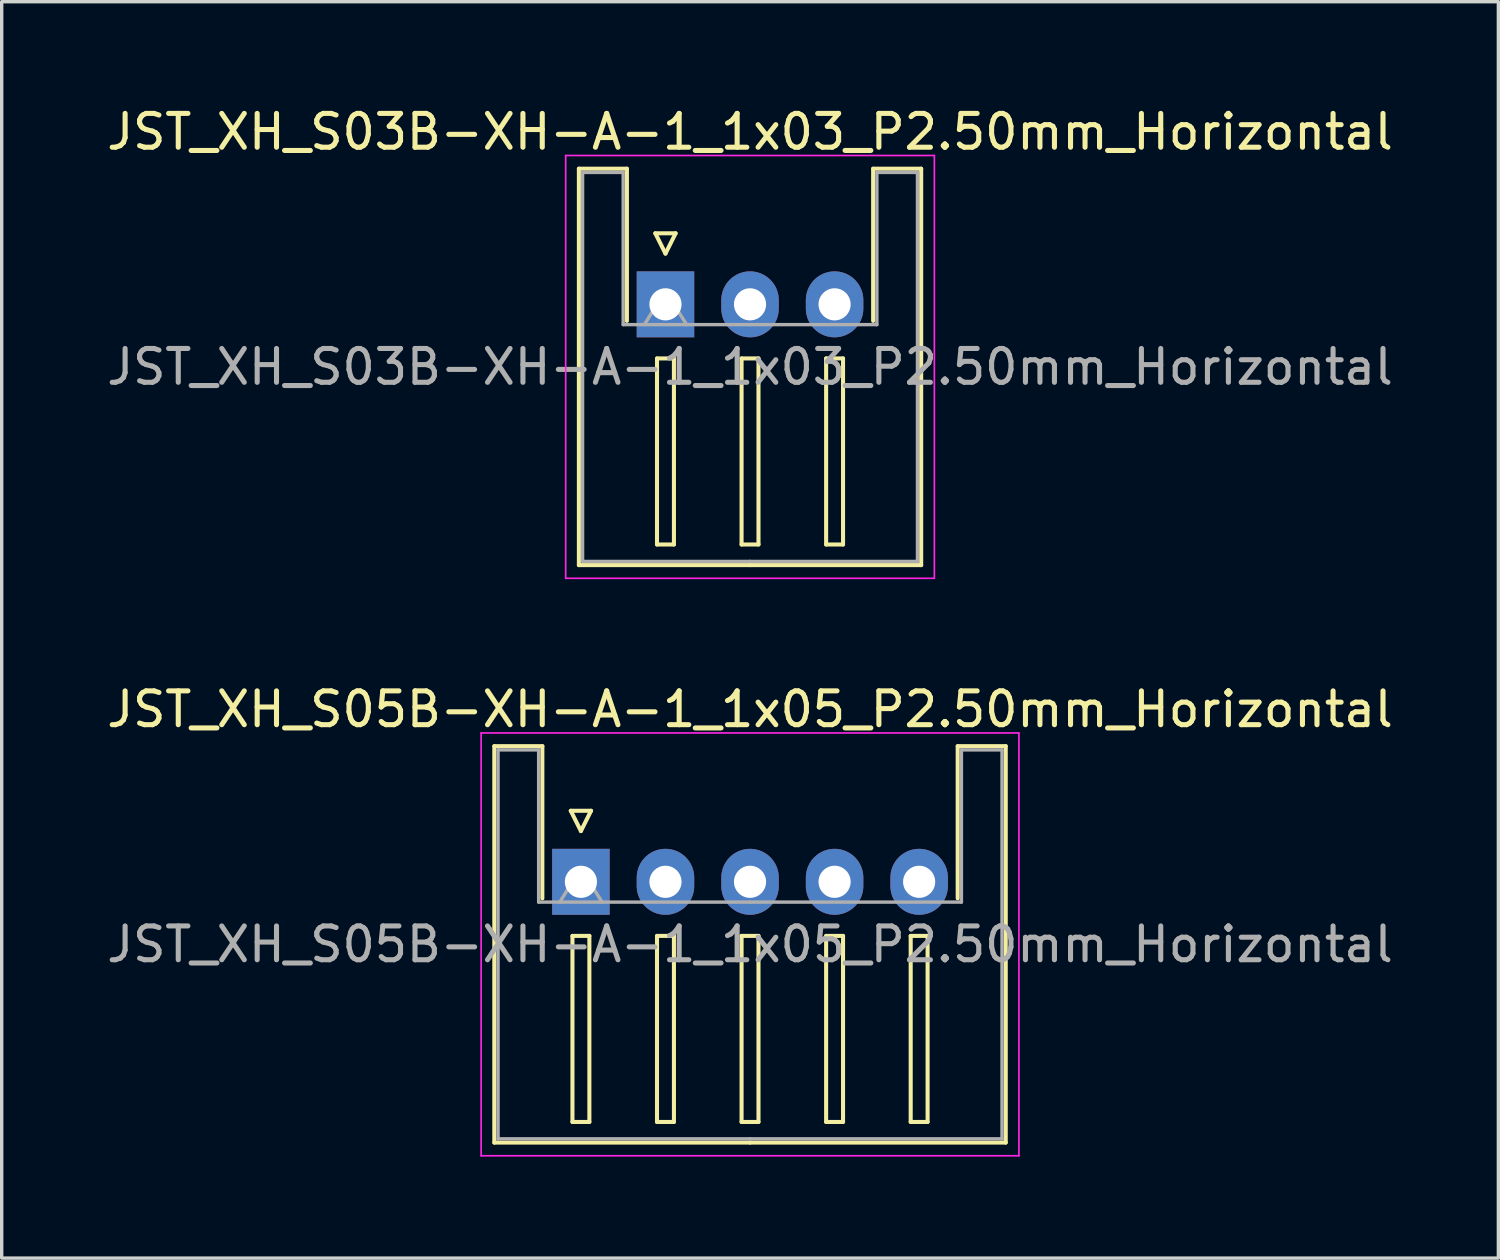
<source format=kicad_pcb>
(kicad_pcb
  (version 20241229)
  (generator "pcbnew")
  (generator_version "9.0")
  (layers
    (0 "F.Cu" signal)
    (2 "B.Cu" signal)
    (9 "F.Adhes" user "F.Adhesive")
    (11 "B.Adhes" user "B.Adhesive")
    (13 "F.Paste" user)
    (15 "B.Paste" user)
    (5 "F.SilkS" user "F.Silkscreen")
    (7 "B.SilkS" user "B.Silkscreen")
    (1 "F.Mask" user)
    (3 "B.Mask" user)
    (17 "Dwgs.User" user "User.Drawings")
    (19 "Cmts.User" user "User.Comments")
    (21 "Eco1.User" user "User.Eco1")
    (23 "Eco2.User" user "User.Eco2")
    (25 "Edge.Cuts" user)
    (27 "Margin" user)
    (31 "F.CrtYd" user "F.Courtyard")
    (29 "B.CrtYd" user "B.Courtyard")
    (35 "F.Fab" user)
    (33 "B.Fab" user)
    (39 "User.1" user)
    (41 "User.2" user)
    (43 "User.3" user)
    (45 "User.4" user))
  (footprint "JST_XH_S03B-XH-A-1_1x03_P2.50mm_Horizontal"
    (layer "F.Cu")
    (at 16.625 5.948)
    (property "Reference" "JST_XH_S03B-XH-A-1_1x03_P2.50mm_Horizontal" (at 2.5 -5.1 0) (layer "F.SilkS") (effects (font (size 1 1) (thickness 0.15))))
    (attr through_hole)
    (fp_line (start -2.56 -4.01) (end -1.14 -4.01) (stroke (width 0.12) (type solid)) (layer "F.SilkS"))
    (fp_line (start -2.56 7.71) (end -2.56 -4.01) (stroke (width 0.12) (type solid)) (layer "F.SilkS"))
    (fp_line (start -1.14 -4.01) (end -1.14 0.49) (stroke (width 0.12) (type solid)) (layer "F.SilkS"))
    (fp_line (start -0.3 -2.1) (end 0.3 -2.1) (stroke (width 0.12) (type solid)) (layer "F.SilkS"))
    (fp_line (start -0.25 1.6) (end -0.25 7.1) (stroke (width 0.12) (type solid)) (layer "F.SilkS"))
    (fp_line (start -0.25 7.1) (end 0.25 7.1) (stroke (width 0.12) (type solid)) (layer "F.SilkS"))
    (fp_line (start 0 -1.5) (end -0.3 -2.1) (stroke (width 0.12) (type solid)) (layer "F.SilkS"))
    (fp_line (start 0.25 1.6) (end -0.25 1.6) (stroke (width 0.12) (type solid)) (layer "F.SilkS"))
    (fp_line (start 0.25 7.1) (end 0.25 1.6) (stroke (width 0.12) (type solid)) (layer "F.SilkS"))
    (fp_line (start 0.3 -2.1) (end 0 -1.5) (stroke (width 0.12) (type solid)) (layer "F.SilkS"))
    (fp_line (start 2.25 1.6) (end 2.25 7.1) (stroke (width 0.12) (type solid)) (layer "F.SilkS"))
    (fp_line (start 2.25 7.1) (end 2.75 7.1) (stroke (width 0.12) (type solid)) (layer "F.SilkS"))
    (fp_line (start 2.5 7.71) (end -2.56 7.71) (stroke (width 0.12) (type solid)) (layer "F.SilkS"))
    (fp_line (start 2.5 7.71) (end 7.56 7.71) (stroke (width 0.12) (type solid)) (layer "F.SilkS"))
    (fp_line (start 2.75 1.6) (end 2.25 1.6) (stroke (width 0.12) (type solid)) (layer "F.SilkS"))
    (fp_line (start 2.75 7.1) (end 2.75 1.6) (stroke (width 0.12) (type solid)) (layer "F.SilkS"))
    (fp_line (start 4.75 1.6) (end 4.75 7.1) (stroke (width 0.12) (type solid)) (layer "F.SilkS"))
    (fp_line (start 4.75 7.1) (end 5.25 7.1) (stroke (width 0.12) (type solid)) (layer "F.SilkS"))
    (fp_line (start 5.25 1.6) (end 4.75 1.6) (stroke (width 0.12) (type solid)) (layer "F.SilkS"))
    (fp_line (start 5.25 7.1) (end 5.25 1.6) (stroke (width 0.12) (type solid)) (layer "F.SilkS"))
    (fp_line (start 6.14 -4.01) (end 6.14 0.49) (stroke (width 0.12) (type solid)) (layer "F.SilkS"))
    (fp_line (start 7.56 -4.01) (end 6.14 -4.01) (stroke (width 0.12) (type solid)) (layer "F.SilkS"))
    (fp_line (start 7.56 7.71) (end 7.56 -4.01) (stroke (width 0.12) (type solid)) (layer "F.SilkS"))
    (fp_line (start -2.95 -4.4) (end -2.95 8.1) (stroke (width 0.05) (type solid)) (layer "F.CrtYd"))
    (fp_line (start -2.95 8.1) (end 7.95 8.1) (stroke (width 0.05) (type solid)) (layer "F.CrtYd"))
    (fp_line (start 7.95 -4.4) (end -2.95 -4.4) (stroke (width 0.05) (type solid)) (layer "F.CrtYd"))
    (fp_line (start 7.95 8.1) (end 7.95 -4.4) (stroke (width 0.05) (type solid)) (layer "F.CrtYd"))
    (fp_line (start -2.45 -3.9) (end -1.25 -3.9) (stroke (width 0.1) (type solid)) (layer "F.Fab"))
    (fp_line (start -2.45 7.6) (end -2.45 -3.9) (stroke (width 0.1) (type solid)) (layer "F.Fab"))
    (fp_line (start -1.25 -3.9) (end -1.25 0.6) (stroke (width 0.1) (type solid)) (layer "F.Fab"))
    (fp_line (start -1.25 0.6) (end 2.5 0.6) (stroke (width 0.1) (type solid)) (layer "F.Fab"))
    (fp_line (start -0.625 0.6) (end 0 -0.4) (stroke (width 0.1) (type solid)) (layer "F.Fab"))
    (fp_line (start 0 -0.4) (end 0.625 0.6) (stroke (width 0.1) (type solid)) (layer "F.Fab"))
    (fp_line (start 2.5 7.6) (end -2.45 7.6) (stroke (width 0.1) (type solid)) (layer "F.Fab"))
    (fp_line (start 2.5 7.6) (end 7.45 7.6) (stroke (width 0.1) (type solid)) (layer "F.Fab"))
    (fp_line (start 6.25 -3.9) (end 6.25 0.6) (stroke (width 0.1) (type solid)) (layer "F.Fab"))
    (fp_line (start 6.25 0.6) (end 2.5 0.6) (stroke (width 0.1) (type solid)) (layer "F.Fab"))
    (fp_line (start 7.45 -3.9) (end 6.25 -3.9) (stroke (width 0.1) (type solid)) (layer "F.Fab"))
    (fp_line (start 7.45 7.6) (end 7.45 -3.9) (stroke (width 0.1) (type solid)) (layer "F.Fab"))
    (fp_text user "${REFERENCE}" (at 2.5 1.85 0) (layer "F.Fab") (effects (font (size 1 1) (thickness 0.15))))
    (pad "1" thru_hole rect (at 0 0) (size 1.7 1.95) (drill 0.95) (layers "*.Cu" "*.Mask"))
    (pad "2" thru_hole oval (at 2.5 0) (size 1.7 1.95) (drill 0.95) (layers "*.Cu" "*.Mask"))
    (pad "3" thru_hole oval (at 5 0) (size 1.7 1.95) (drill 0.95) (layers "*.Cu" "*.Mask")))
  (footprint "JST_XH_S05B-XH-A-1_1x05_P2.50mm_Horizontal"
    (layer "F.Cu")
    (at 14.125 23.021)
    (property "Reference" "JST_XH_S05B-XH-A-1_1x05_P2.50mm_Horizontal" (at 5 -5.1 0) (layer "F.SilkS") (effects (font (size 1 1) (thickness 0.15))))
    (attr through_hole)
    (fp_line (start -2.56 -4.01) (end -1.14 -4.01) (stroke (width 0.12) (type solid)) (layer "F.SilkS"))
    (fp_line (start -2.56 7.71) (end -2.56 -4.01) (stroke (width 0.12) (type solid)) (layer "F.SilkS"))
    (fp_line (start -1.14 -4.01) (end -1.14 0.49) (stroke (width 0.12) (type solid)) (layer "F.SilkS"))
    (fp_line (start -0.3 -2.1) (end 0.3 -2.1) (stroke (width 0.12) (type solid)) (layer "F.SilkS"))
    (fp_line (start -0.25 1.6) (end -0.25 7.1) (stroke (width 0.12) (type solid)) (layer "F.SilkS"))
    (fp_line (start -0.25 7.1) (end 0.25 7.1) (stroke (width 0.12) (type solid)) (layer "F.SilkS"))
    (fp_line (start 0 -1.5) (end -0.3 -2.1) (stroke (width 0.12) (type solid)) (layer "F.SilkS"))
    (fp_line (start 0.25 1.6) (end -0.25 1.6) (stroke (width 0.12) (type solid)) (layer "F.SilkS"))
    (fp_line (start 0.25 7.1) (end 0.25 1.6) (stroke (width 0.12) (type solid)) (layer "F.SilkS"))
    (fp_line (start 0.3 -2.1) (end 0 -1.5) (stroke (width 0.12) (type solid)) (layer "F.SilkS"))
    (fp_line (start 2.25 1.6) (end 2.25 7.1) (stroke (width 0.12) (type solid)) (layer "F.SilkS"))
    (fp_line (start 2.25 7.1) (end 2.75 7.1) (stroke (width 0.12) (type solid)) (layer "F.SilkS"))
    (fp_line (start 2.75 1.6) (end 2.25 1.6) (stroke (width 0.12) (type solid)) (layer "F.SilkS"))
    (fp_line (start 2.75 7.1) (end 2.75 1.6) (stroke (width 0.12) (type solid)) (layer "F.SilkS"))
    (fp_line (start 4.75 1.6) (end 4.75 7.1) (stroke (width 0.12) (type solid)) (layer "F.SilkS"))
    (fp_line (start 4.75 7.1) (end 5.25 7.1) (stroke (width 0.12) (type solid)) (layer "F.SilkS"))
    (fp_line (start 5 7.71) (end -2.56 7.71) (stroke (width 0.12) (type solid)) (layer "F.SilkS"))
    (fp_line (start 5 7.71) (end 12.56 7.71) (stroke (width 0.12) (type solid)) (layer "F.SilkS"))
    (fp_line (start 5.25 1.6) (end 4.75 1.6) (stroke (width 0.12) (type solid)) (layer "F.SilkS"))
    (fp_line (start 5.25 7.1) (end 5.25 1.6) (stroke (width 0.12) (type solid)) (layer "F.SilkS"))
    (fp_line (start 7.25 1.6) (end 7.25 7.1) (stroke (width 0.12) (type solid)) (layer "F.SilkS"))
    (fp_line (start 7.25 7.1) (end 7.75 7.1) (stroke (width 0.12) (type solid)) (layer "F.SilkS"))
    (fp_line (start 7.75 1.6) (end 7.25 1.6) (stroke (width 0.12) (type solid)) (layer "F.SilkS"))
    (fp_line (start 7.75 7.1) (end 7.75 1.6) (stroke (width 0.12) (type solid)) (layer "F.SilkS"))
    (fp_line (start 9.75 1.6) (end 9.75 7.1) (stroke (width 0.12) (type solid)) (layer "F.SilkS"))
    (fp_line (start 9.75 7.1) (end 10.25 7.1) (stroke (width 0.12) (type solid)) (layer "F.SilkS"))
    (fp_line (start 10.25 1.6) (end 9.75 1.6) (stroke (width 0.12) (type solid)) (layer "F.SilkS"))
    (fp_line (start 10.25 7.1) (end 10.25 1.6) (stroke (width 0.12) (type solid)) (layer "F.SilkS"))
    (fp_line (start 11.14 -4.01) (end 11.14 0.49) (stroke (width 0.12) (type solid)) (layer "F.SilkS"))
    (fp_line (start 12.56 -4.01) (end 11.14 -4.01) (stroke (width 0.12) (type solid)) (layer "F.SilkS"))
    (fp_line (start 12.56 7.71) (end 12.56 -4.01) (stroke (width 0.12) (type solid)) (layer "F.SilkS"))
    (fp_line (start -2.95 -4.4) (end -2.95 8.1) (stroke (width 0.05) (type solid)) (layer "F.CrtYd"))
    (fp_line (start -2.95 8.1) (end 12.95 8.1) (stroke (width 0.05) (type solid)) (layer "F.CrtYd"))
    (fp_line (start 12.95 -4.4) (end -2.95 -4.4) (stroke (width 0.05) (type solid)) (layer "F.CrtYd"))
    (fp_line (start 12.95 8.1) (end 12.95 -4.4) (stroke (width 0.05) (type solid)) (layer "F.CrtYd"))
    (fp_line (start -2.45 -3.9) (end -1.25 -3.9) (stroke (width 0.1) (type solid)) (layer "F.Fab"))
    (fp_line (start -2.45 7.6) (end -2.45 -3.9) (stroke (width 0.1) (type solid)) (layer "F.Fab"))
    (fp_line (start -1.25 -3.9) (end -1.25 0.6) (stroke (width 0.1) (type solid)) (layer "F.Fab"))
    (fp_line (start -1.25 0.6) (end 5 0.6) (stroke (width 0.1) (type solid)) (layer "F.Fab"))
    (fp_line (start -0.625 0.6) (end 0 -0.4) (stroke (width 0.1) (type solid)) (layer "F.Fab"))
    (fp_line (start 0 -0.4) (end 0.625 0.6) (stroke (width 0.1) (type solid)) (layer "F.Fab"))
    (fp_line (start 5 7.6) (end -2.45 7.6) (stroke (width 0.1) (type solid)) (layer "F.Fab"))
    (fp_line (start 5 7.6) (end 12.45 7.6) (stroke (width 0.1) (type solid)) (layer "F.Fab"))
    (fp_line (start 11.25 -3.9) (end 11.25 0.6) (stroke (width 0.1) (type solid)) (layer "F.Fab"))
    (fp_line (start 11.25 0.6) (end 5 0.6) (stroke (width 0.1) (type solid)) (layer "F.Fab"))
    (fp_line (start 12.45 -3.9) (end 11.25 -3.9) (stroke (width 0.1) (type solid)) (layer "F.Fab"))
    (fp_line (start 12.45 7.6) (end 12.45 -3.9) (stroke (width 0.1) (type solid)) (layer "F.Fab"))
    (fp_text user "${REFERENCE}" (at 5 1.85 0) (layer "F.Fab") (effects (font (size 1 1) (thickness 0.15))))
    (pad "1" thru_hole rect (at 0 0) (size 1.7 1.95) (drill 0.95) (layers "*.Cu" "*.Mask"))
    (pad "2" thru_hole oval (at 2.5 0) (size 1.7 1.95) (drill 0.95) (layers "*.Cu" "*.Mask"))
    (pad "3" thru_hole oval (at 5 0) (size 1.7 1.95) (drill 0.95) (layers "*.Cu" "*.Mask"))
    (pad "4" thru_hole oval (at 7.5 0) (size 1.7 1.95) (drill 0.95) (layers "*.Cu" "*.Mask"))
    (pad "5" thru_hole oval (at 10 0) (size 1.7 1.95) (drill 0.95) (layers "*.Cu" "*.Mask")))
  (gr_rect
    (start -3 -3)
    (end 41.25 34.147)
    (stroke (width 0.1) (type default))
    (fill no)
    (layer "Edge.Cuts")))
</source>
